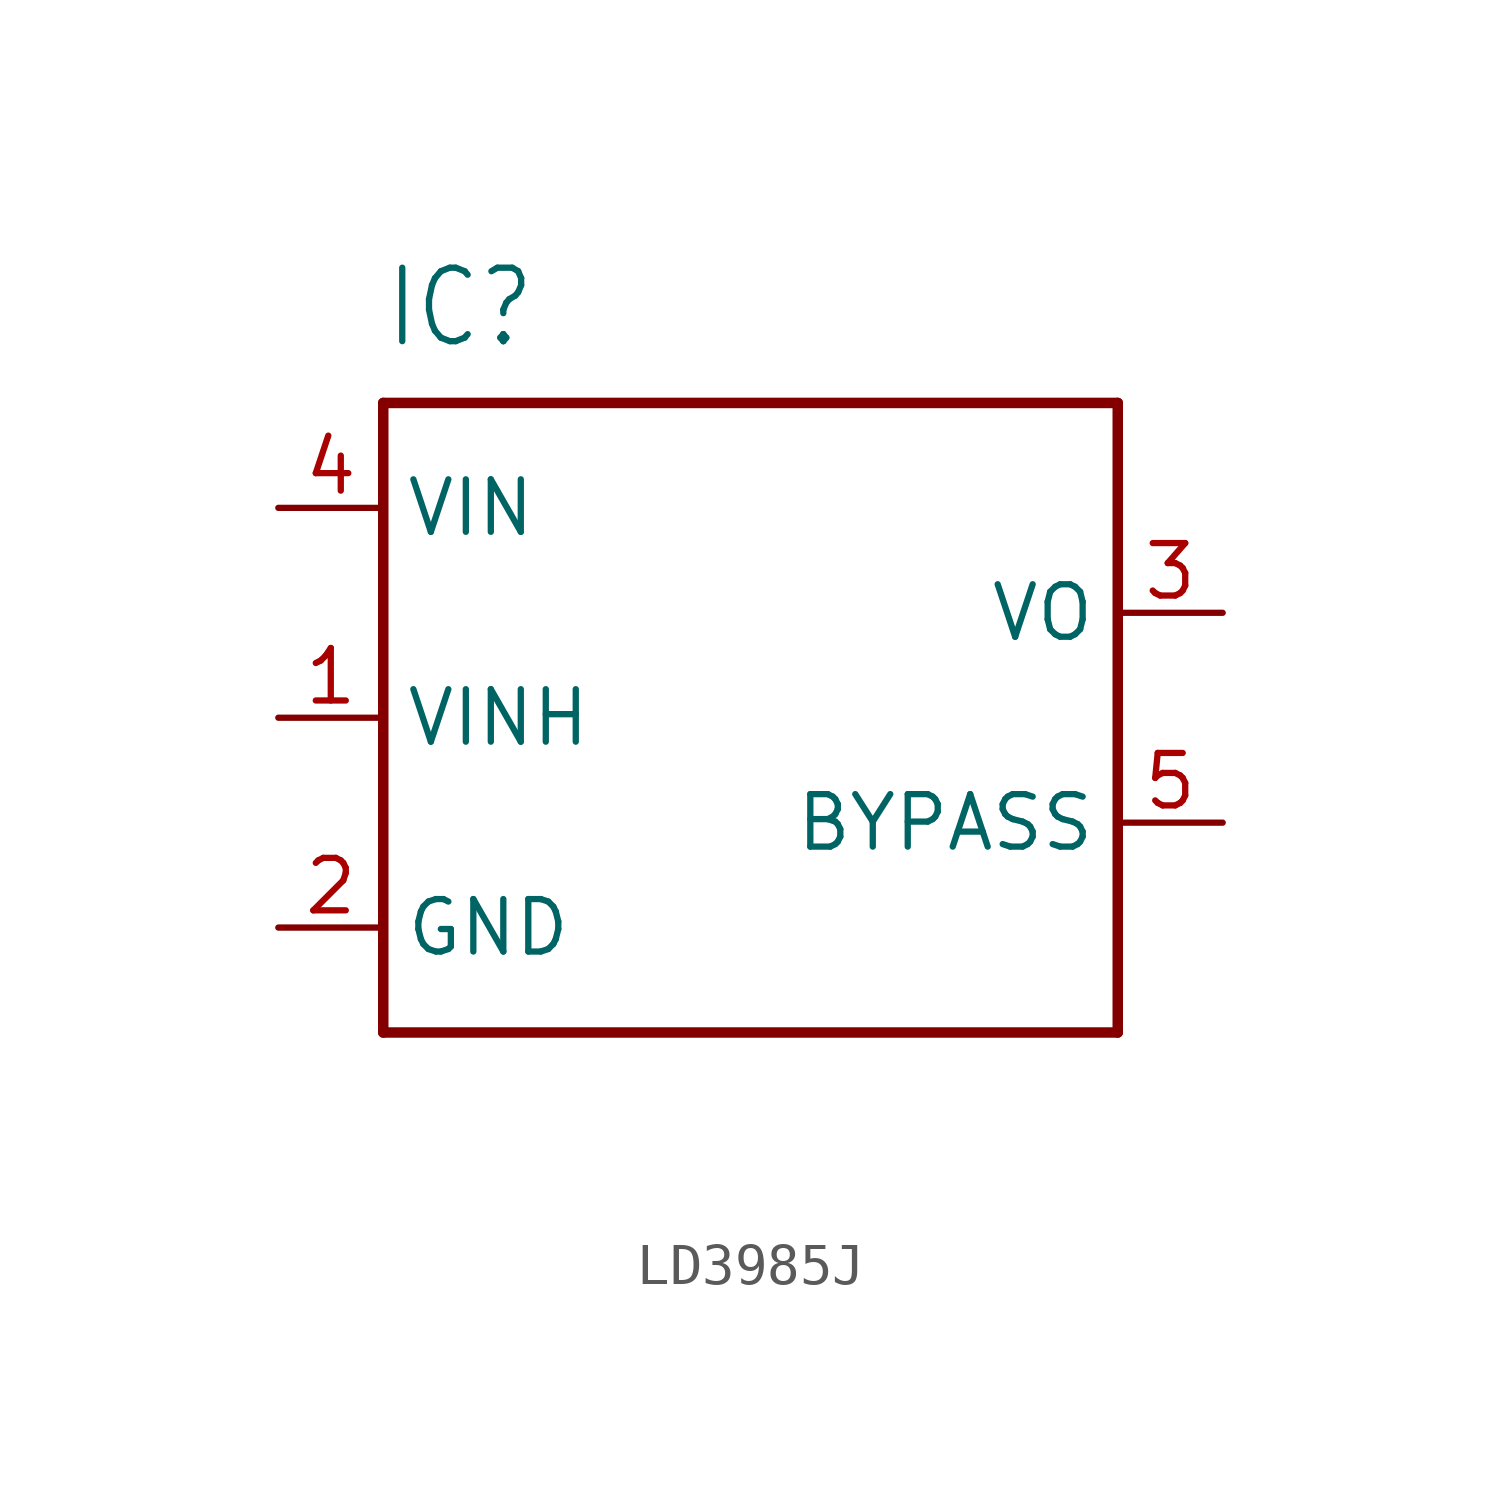
<source format=kicad_sym>
(kicad_symbol_lib
  (version 20220914)
  (generator kicad_symbol_editor)
  (symbol "LD3985J"
    (property "Reference" "IC"
      (at -10.16 8.89 0)
      (effects (font (size 1.778 1.511)) (justify left bottom)))
    (property "Value" ""
      (at -10.16 -10.16 0)
      (effects (font (size 1.778 1.511)) (justify left bottom)))
    (property "ki_locked" ""
      (at 0 0 0)
      (effects (font (size 1.27 1.27))))
    (symbol "LD3985J_1_0"
      (polyline (pts (xy -10.16 -7.62) (xy -10.16 7.62)) (stroke (width 0.254) (type solid)) (fill (type none)))
      (polyline (pts (xy -10.16 7.62) (xy 7.62 7.62)) (stroke (width 0.254) (type solid)) (fill (type none)))
      (polyline (pts (xy 7.62 -7.62) (xy -10.16 -7.62)) (stroke (width 0.254) (type solid)) (fill (type none)))
      (polyline (pts (xy 7.62 7.62) (xy 7.62 -7.62)) (stroke (width 0.254) (type solid)) (fill (type none)))
      (pin input line (at -12.7 0 0) (length 2.54) (name "VINH" (effects (font (size 1.27 1.27)))) (number "1" (effects (font (size 1.27 1.27)))))
      (pin power_in line (at -12.7 -5.08 0) (length 2.54) (name "GND" (effects (font (size 1.27 1.27)))) (number "2" (effects (font (size 1.27 1.27)))))
      (pin output line (at 10.16 2.54 180) (length 2.54) (name "VO" (effects (font (size 1.27 1.27)))) (number "3" (effects (font (size 1.27 1.27)))))
      (pin input line (at -12.7 5.08 0) (length 2.54) (name "VIN" (effects (font (size 1.27 1.27)))) (number "4" (effects (font (size 1.27 1.27)))))
      (pin passive line (at 10.16 -2.54 180) (length 2.54) (name "BYPASS" (effects (font (size 1.27 1.27)))) (number "5" (effects (font (size 1.27 1.27))))))))
</source>
